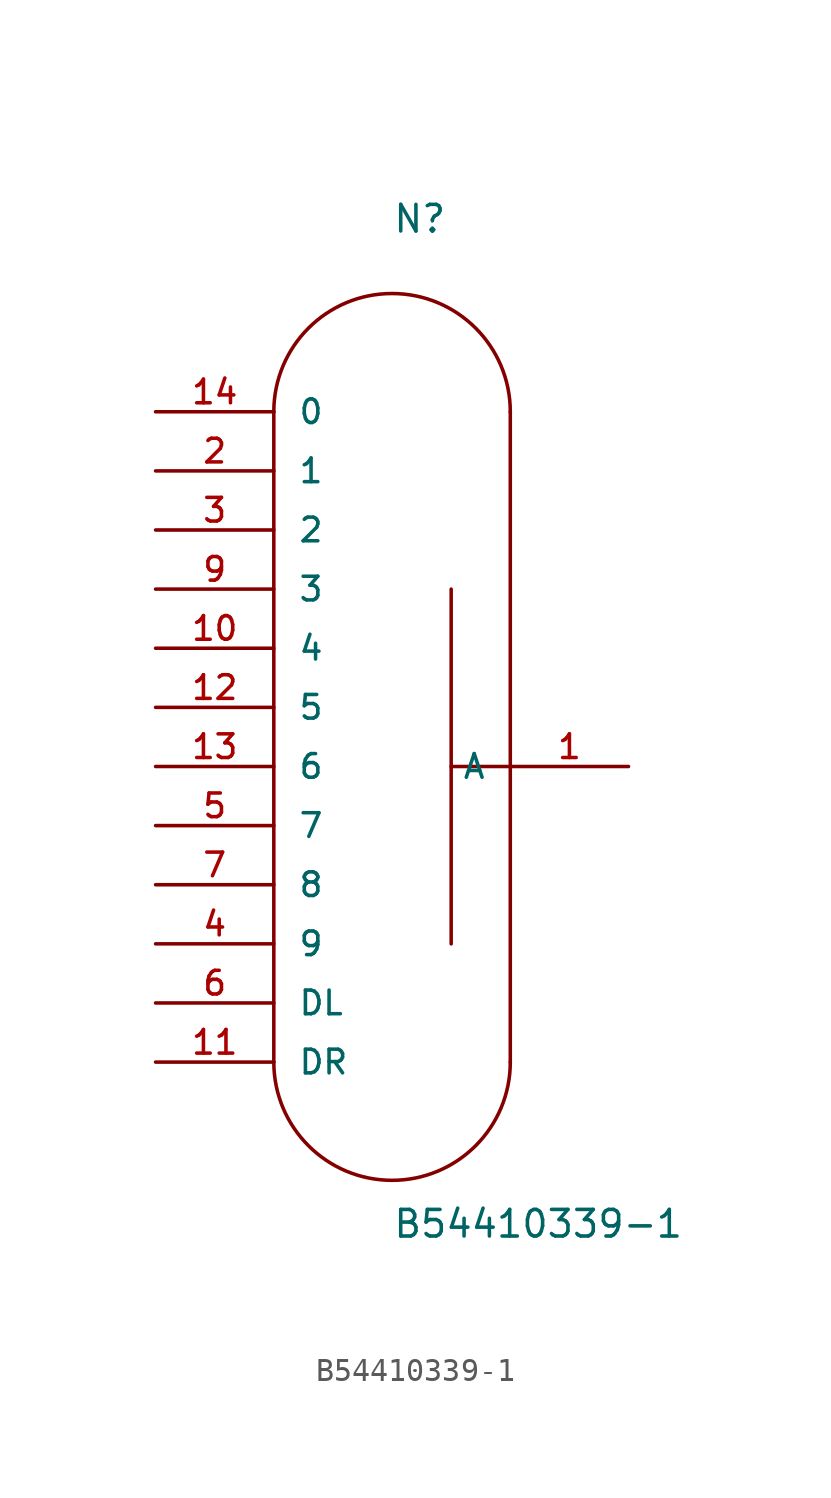
<source format=kicad_sym>
(kicad_symbol_lib
  (version 20241209)
  (generator "kicad_symbol_editor")
  (generator_version "9.0")
  (symbol "B54410339-1"
    (pin_names
      (offset 1.016))
    (property "Reference" "N"
      (at 0 22.86 0)
      (effects (font (size 1.143 1.143)) (justify left bottom)))
    (property "Value" "B54410339-1"
      (at 0 -20.32 0)
      (effects (font (size 1.143 1.143)) (justify left bottom)))
    (property "ki_locked" ""
      (at 0 0 0)
      (effects (font (size 1.27 1.27))))
    (symbol "B54410339-1_1_0"
      (polyline (pts (xy -5.08 15.24) (xy -5.08 -12.7)) (stroke (width 0) (type solid)) (fill (type none)))
      (polyline (pts (xy 2.54 -7.62) (xy 2.54 7.62)) (stroke (width 0) (type solid)) (fill (type none)))
      (polyline (pts (xy 5.08 15.24) (xy 5.08 -12.7)) (stroke (width 0) (type solid)) (fill (type none)))
      (polyline (pts (xy 5.08 0) (xy 2.54 0)) (stroke (width 0) (type solid)) (fill (type none))))
    (symbol "B54410339-1_1_1"
      (arc (start -5.08 15.24) (mid 0 20.32) (end 5.08 15.24) (stroke (width 0) (type solid)) (fill (type none)))
      (arc (start 5.08 -12.7) (mid 0 -17.78) (end -5.08 -12.7) (stroke (width 0) (type solid)) (fill (type none)))
      (pin passive line (at -10.16 15.24 0) (length 5.08) (name "0" (effects (font (size 1.016 1.016)))) (number "14" (effects (font (size 1.016 1.016)))))
      (pin passive line (at -10.16 12.7 0) (length 5.08) (name "1" (effects (font (size 1.016 1.016)))) (number "2" (effects (font (size 1.016 1.016)))))
      (pin passive line (at -10.16 10.16 0) (length 5.08) (name "2" (effects (font (size 1.016 1.016)))) (number "3" (effects (font (size 1.016 1.016)))))
      (pin passive line (at -10.16 7.62 0) (length 5.08) (name "3" (effects (font (size 1.016 1.016)))) (number "9" (effects (font (size 1.016 1.016)))))
      (pin passive line (at -10.16 5.08 0) (length 5.08) (name "4" (effects (font (size 1.016 1.016)))) (number "10" (effects (font (size 1.016 1.016)))))
      (pin passive line (at -10.16 2.54 0) (length 5.08) (name "5" (effects (font (size 1.016 1.016)))) (number "12" (effects (font (size 1.016 1.016)))))
      (pin passive line (at -10.16 0 0) (length 5.08) (name "6" (effects (font (size 1.016 1.016)))) (number "13" (effects (font (size 1.016 1.016)))))
      (pin passive line (at -10.16 -2.54 0) (length 5.08) (name "7" (effects (font (size 1.016 1.016)))) (number "5" (effects (font (size 1.016 1.016)))))
      (pin passive line (at -10.16 -5.08 0) (length 5.08) (name "8" (effects (font (size 1.016 1.016)))) (number "7" (effects (font (size 1.016 1.016)))))
      (pin passive line (at -10.16 -7.62 0) (length 5.08) (name "9" (effects (font (size 1.016 1.016)))) (number "4" (effects (font (size 1.016 1.016)))))
      (pin passive line (at -10.16 -10.16 0) (length 5.08) (name "DL" (effects (font (size 1.016 1.016)))) (number "6" (effects (font (size 1.016 1.016)))))
      (pin passive line (at -10.16 -12.7 0) (length 5.08) (name "DR" (effects (font (size 1.016 1.016)))) (number "11" (effects (font (size 1.016 1.016)))))
      (pin passive line (at 10.16 0 180) (length 5.08) (name "A" (effects (font (size 1.016 1.016)))) (number "1" (effects (font (size 1.016 1.016))))))))
</source>
